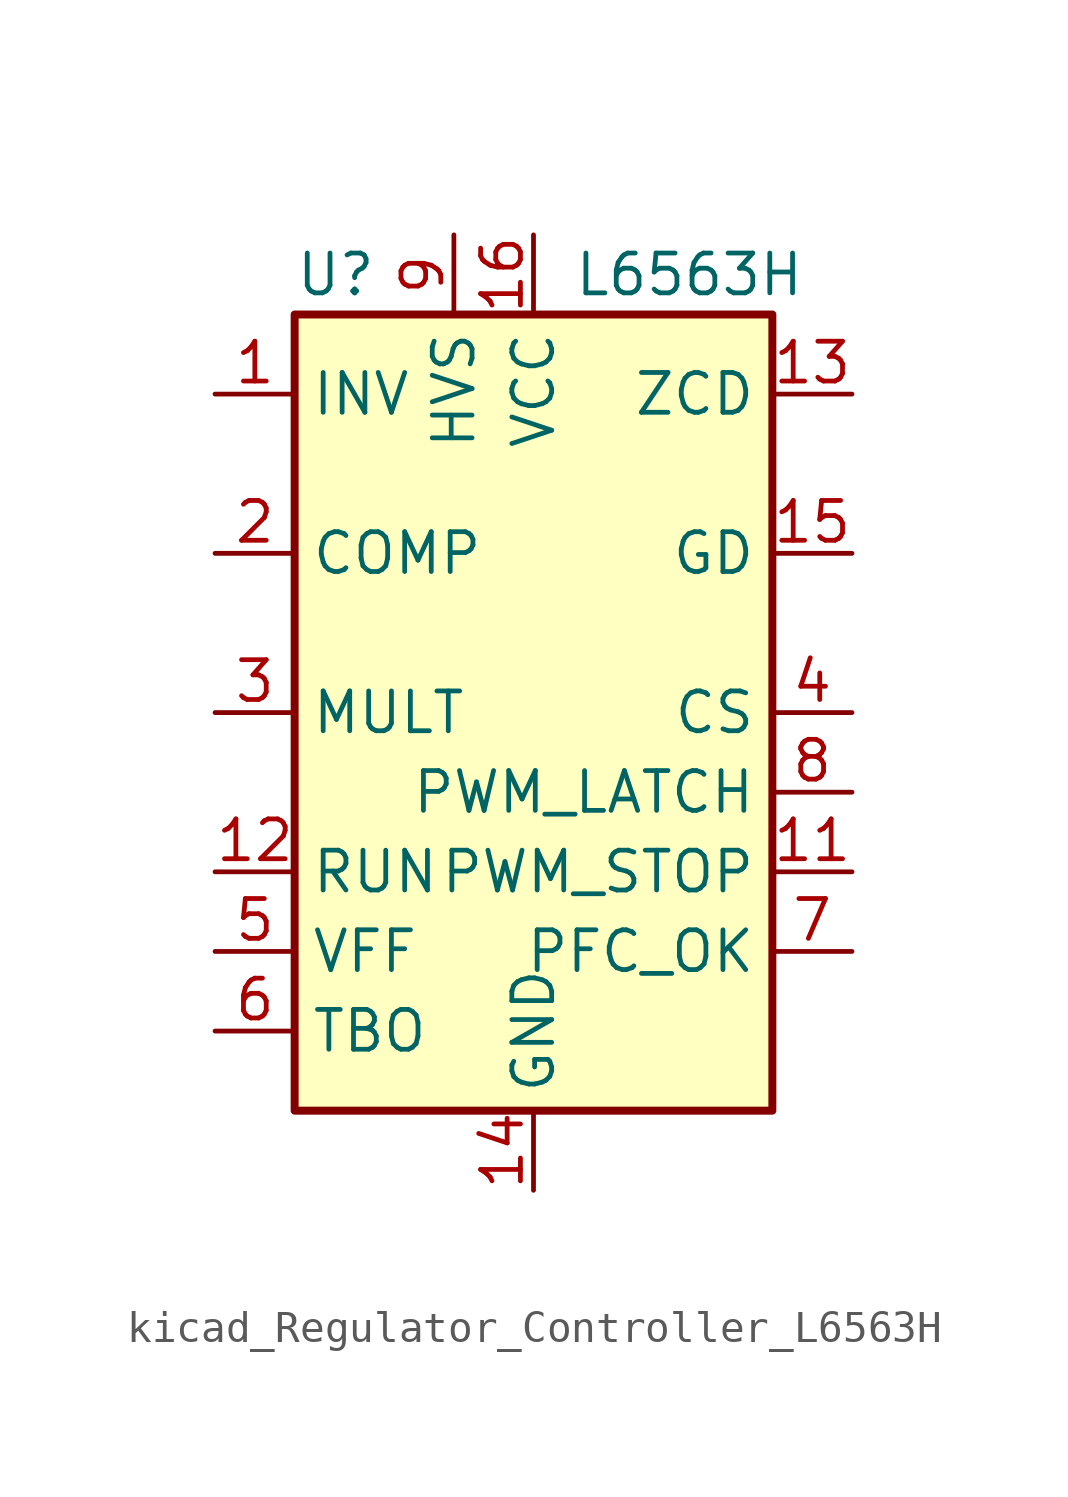
<source format=kicad_sym>
(kicad_symbol_lib
  (version 20220914)
  (generator kicad_symbol_editor)
  (symbol "kicad_Regulator_Controller_L6563H"
    (property "Reference" "U"
      (at -7.62 13.97 0)
      (effects (font (size 1.27 1.27)) (justify left)))
    (property "Value" "L6563H"
      (at 1.27 13.97 0)
      (effects (font (size 1.27 1.27)) (justify left)))
    (symbol "kicad_Regulator_Controller_L6563H_0_0"
      (rectangle (start -7.62 12.7) (end 7.62 -12.7) (stroke (width 0.254) (type default)) (fill (type background))))
    (symbol "kicad_Regulator_Controller_L6563H_1_1"
      (pin input line (at -10.16 10.16 0) (length 2.54) (name "INV" (effects (font (size 1.27 1.27)))) (number "1" (effects (font (size 1.27 1.27)))))
      (pin no_connect line (at -7.62 7.62 0) (length 2.54) hide (name "NC" (effects (font (size 1.27 1.27)))) (number "10" (effects (font (size 1.27 1.27)))))
      (pin output line (at 10.16 -5.08 180) (length 2.54) (name "PWM_STOP" (effects (font (size 1.27 1.27)))) (number "11" (effects (font (size 1.27 1.27)))))
      (pin input line (at -10.16 -5.08 0) (length 2.54) (name "RUN" (effects (font (size 1.27 1.27)))) (number "12" (effects (font (size 1.27 1.27)))))
      (pin input line (at 10.16 10.16 180) (length 2.54) (name "ZCD" (effects (font (size 1.27 1.27)))) (number "13" (effects (font (size 1.27 1.27)))))
      (pin power_in line (at 0 -15.24 90) (length 2.54) (name "GND" (effects (font (size 1.27 1.27)))) (number "14" (effects (font (size 1.27 1.27)))))
      (pin output line (at 10.16 5.08 180) (length 2.54) (name "GD" (effects (font (size 1.27 1.27)))) (number "15" (effects (font (size 1.27 1.27)))))
      (pin power_in line (at 0 15.24 270) (length 2.54) (name "VCC" (effects (font (size 1.27 1.27)))) (number "16" (effects (font (size 1.27 1.27)))))
      (pin output line (at -10.16 5.08 0) (length 2.54) (name "COMP" (effects (font (size 1.27 1.27)))) (number "2" (effects (font (size 1.27 1.27)))))
      (pin input line (at -10.16 0 0) (length 2.54) (name "MULT" (effects (font (size 1.27 1.27)))) (number "3" (effects (font (size 1.27 1.27)))))
      (pin input line (at 10.16 0 180) (length 2.54) (name "CS" (effects (font (size 1.27 1.27)))) (number "4" (effects (font (size 1.27 1.27)))))
      (pin passive line (at -10.16 -7.62 0) (length 2.54) (name "VFF" (effects (font (size 1.27 1.27)))) (number "5" (effects (font (size 1.27 1.27)))))
      (pin passive line (at -10.16 -10.16 0) (length 2.54) (name "TBO" (effects (font (size 1.27 1.27)))) (number "6" (effects (font (size 1.27 1.27)))))
      (pin input line (at 10.16 -7.62 180) (length 2.54) (name "PFC_OK" (effects (font (size 1.27 1.27)))) (number "7" (effects (font (size 1.27 1.27)))))
      (pin output line (at 10.16 -2.54 180) (length 2.54) (name "PWM_LATCH" (effects (font (size 1.27 1.27)))) (number "8" (effects (font (size 1.27 1.27)))))
      (pin input line (at -2.54 15.24 270) (length 2.54) (name "HVS" (effects (font (size 1.27 1.27)))) (number "9" (effects (font (size 1.27 1.27))))))))
</source>
